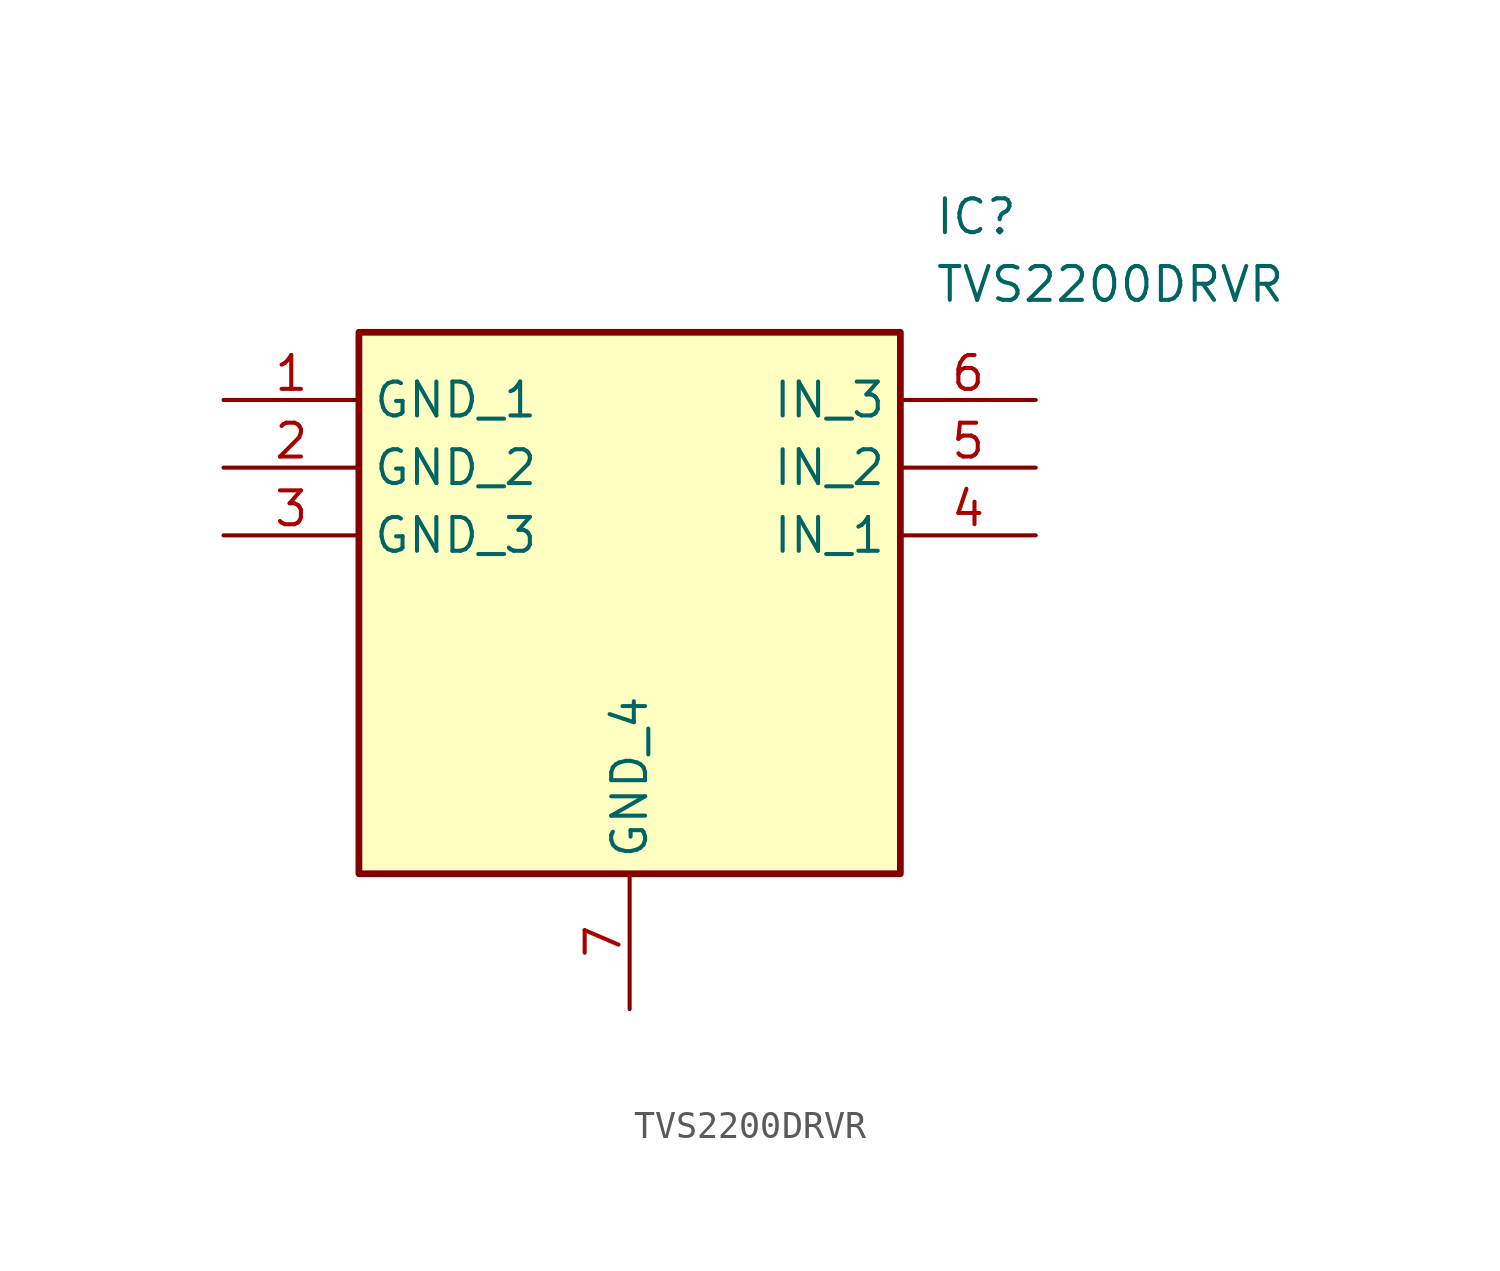
<source format=kicad_sym>
(kicad_symbol_lib
  (version 20211014)
  (generator SamacSys_ECAD_Model)
  (symbol "TVS2200DRVR"
    (property "Reference" "IC"
      (at 26.67 7.62 0)
      (effects (font (size 1.27 1.27)) (justify left top)))
    (property "Value" "TVS2200DRVR"
      (at 26.67 5.08 0)
      (effects (font (size 1.27 1.27)) (justify left top)))
    (rectangle
      (start 5.08 2.54)
      (end 25.4 -17.78)
      (stroke (width 0.254) (type default))
      (fill (type background)))
    (pin passive line
      (at 0 0 0)
      (length 5.08)
      (name "GND_1" (effects (font (size 1.27 1.27))))
      (number "1" (effects (font (size 1.27 1.27)))))
    (pin passive line
      (at 0 -2.54 0)
      (length 5.08)
      (name "GND_2" (effects (font (size 1.27 1.27))))
      (number "2" (effects (font (size 1.27 1.27)))))
    (pin passive line
      (at 0 -5.08 0)
      (length 5.08)
      (name "GND_3" (effects (font (size 1.27 1.27))))
      (number "3" (effects (font (size 1.27 1.27)))))
    (pin passive line
      (at 15.24 -22.86 90)
      (length 5.08)
      (name "GND_4" (effects (font (size 1.27 1.27))))
      (number "7" (effects (font (size 1.27 1.27)))))
    (pin passive line
      (at 30.48 0 180)
      (length 5.08)
      (name "IN_3" (effects (font (size 1.27 1.27))))
      (number "6" (effects (font (size 1.27 1.27)))))
    (pin passive line
      (at 30.48 -2.54 180)
      (length 5.08)
      (name "IN_2" (effects (font (size 1.27 1.27))))
      (number "5" (effects (font (size 1.27 1.27)))))
    (pin passive line
      (at 30.48 -5.08 180)
      (length 5.08)
      (name "IN_1" (effects (font (size 1.27 1.27))))
      (number "4" (effects (font (size 1.27 1.27)))))))
</source>
